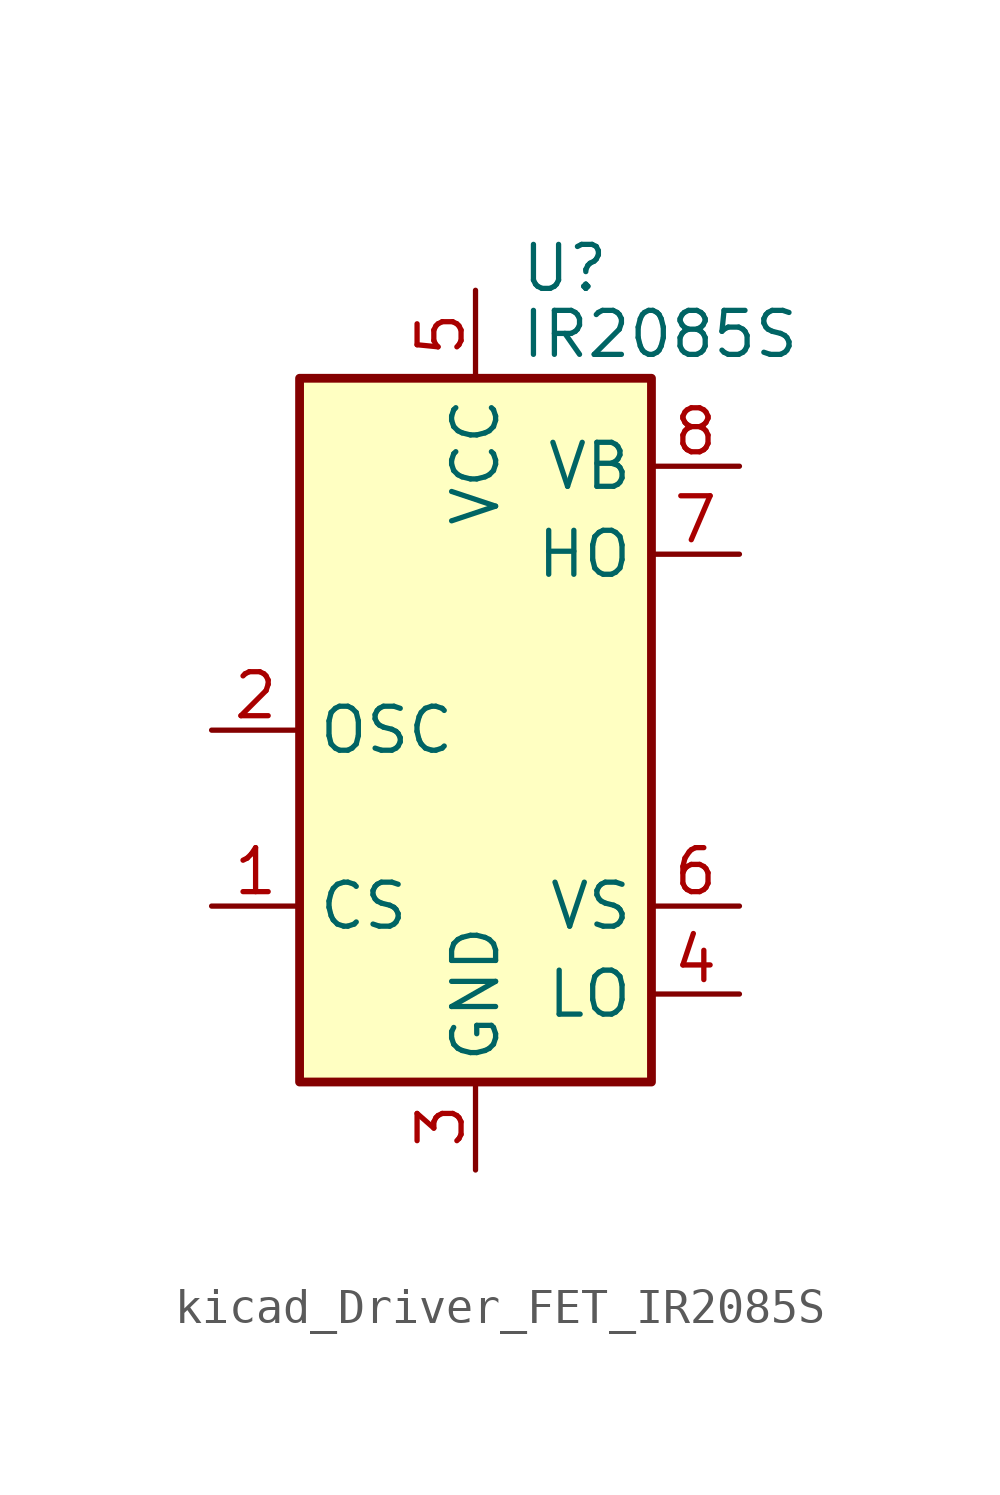
<source format=kicad_sym>
(kicad_symbol_lib
  (version 20220914)
  (generator kicad_symbol_editor)
  (symbol "kicad_Driver_FET_IR2085S"
    (property "Reference" "U"
      (at 1.27 13.335 0)
      (effects (font (size 1.27 1.27)) (justify left)))
    (property "Value" "IR2085S"
      (at 1.27 11.43 0)
      (effects (font (size 1.27 1.27)) (justify left)))
    (symbol "kicad_Driver_FET_IR2085S_0_1"
      (rectangle (start -5.08 -10.16) (end 5.08 10.16) (stroke (width 0.254) (type default)) (fill (type background))))
    (symbol "kicad_Driver_FET_IR2085S_1_1"
      (pin input line (at -7.62 -5.08 0) (length 2.54) (name "CS" (effects (font (size 1.27 1.27)))) (number "1" (effects (font (size 1.27 1.27)))))
      (pin passive line (at -7.62 0 0) (length 2.54) (name "OSC" (effects (font (size 1.27 1.27)))) (number "2" (effects (font (size 1.27 1.27)))))
      (pin power_in line (at 0 -12.7 90) (length 2.54) (name "GND" (effects (font (size 1.27 1.27)))) (number "3" (effects (font (size 1.27 1.27)))))
      (pin output line (at 7.62 -7.62 180) (length 2.54) (name "LO" (effects (font (size 1.27 1.27)))) (number "4" (effects (font (size 1.27 1.27)))))
      (pin power_in line (at 0 12.7 270) (length 2.54) (name "VCC" (effects (font (size 1.27 1.27)))) (number "5" (effects (font (size 1.27 1.27)))))
      (pin passive line (at 7.62 -5.08 180) (length 2.54) (name "VS" (effects (font (size 1.27 1.27)))) (number "6" (effects (font (size 1.27 1.27)))))
      (pin output line (at 7.62 5.08 180) (length 2.54) (name "HO" (effects (font (size 1.27 1.27)))) (number "7" (effects (font (size 1.27 1.27)))))
      (pin passive line (at 7.62 7.62 180) (length 2.54) (name "VB" (effects (font (size 1.27 1.27)))) (number "8" (effects (font (size 1.27 1.27))))))))
</source>
